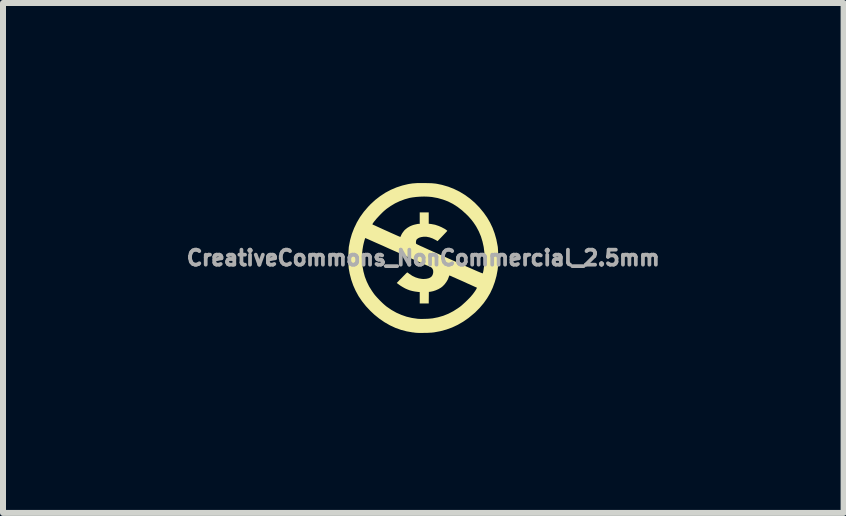
<source format=kicad_pcb>
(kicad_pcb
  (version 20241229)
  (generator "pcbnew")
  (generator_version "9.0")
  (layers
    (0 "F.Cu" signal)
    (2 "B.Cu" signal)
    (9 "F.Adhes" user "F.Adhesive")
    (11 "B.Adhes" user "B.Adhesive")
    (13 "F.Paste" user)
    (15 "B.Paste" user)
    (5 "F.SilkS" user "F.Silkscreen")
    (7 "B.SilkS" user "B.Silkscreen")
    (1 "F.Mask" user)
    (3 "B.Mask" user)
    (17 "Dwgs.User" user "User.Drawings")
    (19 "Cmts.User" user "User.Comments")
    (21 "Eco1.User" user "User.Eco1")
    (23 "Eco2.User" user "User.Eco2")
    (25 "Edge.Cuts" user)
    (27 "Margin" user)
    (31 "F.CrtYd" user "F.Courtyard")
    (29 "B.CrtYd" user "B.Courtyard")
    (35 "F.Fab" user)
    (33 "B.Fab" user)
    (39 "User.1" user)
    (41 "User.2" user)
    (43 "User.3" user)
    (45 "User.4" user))
  (footprint "CreativeCommons_NonCommercial_2.5mm"
    (layer "F.Cu")
    (at 4.003 1.248)
    (property "Reference" "CreativeCommons_NonCommercial_2.5mm" (at 0 0 0) (layer "F.Fab") (effects (font (size 0.25 0.25) (thickness 0.3))))
    (attr board_only exclude_from_pos_files exclude_from_bom)
    (fp_poly (pts (xy 0.055 -1.247) (xy 0.099 -1.246) (xy 0.137 -1.245) (xy 0.171 -1.242) (xy 0.202 -1.239) (xy 0.233 -1.234) (xy 0.266 -1.227) (xy 0.301 -1.22) (xy 0.317 -1.216) (xy 0.417 -1.187) (xy 0.513 -1.149) (xy 0.605 -1.104) (xy 0.694 -1.05) (xy 0.778 -0.989) (xy 0.858 -0.92) (xy 0.932 -0.844) (xy 0.94 -0.835) (xy 1.006 -0.755) (xy 1.064 -0.673) (xy 1.113 -0.589) (xy 1.155 -0.501) (xy 1.189 -0.409) (xy 1.217 -0.312) (xy 1.237 -0.21) (xy 1.24 -0.195) (xy 1.243 -0.17) (xy 1.245 -0.137) (xy 1.247 -0.099) (xy 1.248 -0.057) (xy 1.248 -0.012) (xy 1.248 0.033) (xy 1.247 0.076) (xy 1.246 0.117) (xy 1.244 0.153) (xy 1.241 0.182) (xy 1.24 0.194) (xy 1.22 0.3) (xy 1.192 0.4) (xy 1.157 0.496) (xy 1.115 0.586) (xy 1.064 0.672) (xy 1.006 0.754) (xy 0.939 0.833) (xy 0.865 0.908) (xy 0.837 0.932) (xy 0.752 1.002) (xy 0.664 1.063) (xy 0.574 1.115) (xy 0.48 1.159) (xy 0.383 1.194) (xy 0.283 1.221) (xy 0.18 1.24) (xy 0.152 1.243) (xy 0.133 1.245) (xy 0.107 1.246) (xy 0.076 1.248) (xy 0.043 1.249) (xy 0.009 1.249) (xy -0.025 1.25) (xy -0.057 1.25) (xy -0.085 1.249) (xy -0.107 1.248) (xy -0.122 1.247) (xy -0.123 1.247) (xy -0.132 1.246) (xy -0.148 1.244) (xy -0.167 1.241) (xy -0.175 1.241) (xy -0.274 1.224) (xy -0.37 1.199) (xy -0.465 1.165) (xy -0.557 1.122) (xy -0.646 1.071) (xy -0.732 1.012) (xy -0.815 0.945) (xy -0.882 0.882) (xy -0.956 0.803) (xy -1.021 0.721) (xy -1.078 0.637) (xy -1.126 0.549) (xy -1.167 0.458) (xy -1.2 0.363) (xy -1.226 0.263) (xy -1.242 0.175) (xy -1.244 0.152) (xy -1.246 0.122) (xy -1.247 0.086) (xy -1.248 0.046) (xy -1.248 0.004) (xy -1.248 -0.014) (xy -1.022 -0.014) (xy -1.021 0.04) (xy -1.013 0.135) (xy -0.997 0.225) (xy -0.974 0.311) (xy -0.942 0.394) (xy -0.903 0.474) (xy -0.854 0.552) (xy -0.819 0.602) (xy -0.798 0.628) (xy -0.772 0.657) (xy -0.742 0.689) (xy -0.711 0.721) (xy -0.679 0.752) (xy -0.648 0.78) (xy -0.621 0.803) (xy -0.608 0.813) (xy -0.529 0.867) (xy -0.449 0.912) (xy -0.365 0.949) (xy -0.279 0.979) (xy -0.189 1) (xy -0.094 1.014) (xy -0.077 1.015) (xy -0.057 1.016) (xy -0.03 1.017) (xy 0.001 1.016) (xy 0.036 1.015) (xy 0.07 1.014) (xy 0.103 1.012) (xy 0.132 1.009) (xy 0.154 1.007) (xy 0.155 1.007) (xy 0.246 0.989) (xy 0.333 0.964) (xy 0.418 0.93) (xy 0.499 0.888) (xy 0.579 0.837) (xy 0.613 0.813) (xy 0.639 0.792) (xy 0.669 0.765) (xy 0.702 0.735) (xy 0.734 0.704) (xy 0.766 0.672) (xy 0.794 0.642) (xy 0.816 0.615) (xy 0.818 0.614) (xy 0.836 0.59) (xy 0.853 0.567) (xy 0.868 0.545) (xy 0.88 0.526) (xy 0.888 0.511) (xy 0.893 0.5) (xy 0.893 0.496) (xy 0.888 0.493) (xy 0.876 0.488) (xy 0.858 0.48) (xy 0.834 0.469) (xy 0.805 0.456) (xy 0.773 0.441) (xy 0.738 0.426) (xy 0.702 0.409) (xy 0.664 0.392) (xy 0.626 0.375) (xy 0.589 0.359) (xy 0.555 0.344) (xy 0.523 0.329) (xy 0.494 0.317) (xy 0.471 0.306) (xy 0.452 0.298) (xy 0.441 0.294) (xy 0.438 0.292) (xy 0.434 0.295) (xy 0.429 0.306) (xy 0.425 0.317) (xy 0.409 0.359) (xy 0.385 0.4) (xy 0.356 0.439) (xy 0.323 0.473) (xy 0.295 0.495) (xy 0.254 0.519) (xy 0.209 0.539) (xy 0.164 0.554) (xy 0.121 0.563) (xy 0.12 0.563) (xy 0.093 0.566) (xy 0.092 0.663) (xy 0.091 0.759) (xy -0.059 0.759) (xy -0.059 0.569) (xy -0.09 0.566) (xy -0.137 0.56) (xy -0.183 0.551) (xy -0.224 0.54) (xy -0.23 0.538) (xy -0.264 0.525) (xy -0.302 0.508) (xy -0.34 0.487) (xy -0.376 0.465) (xy -0.402 0.447) (xy -0.442 0.417) (xy -0.413 0.387) (xy -0.385 0.358) (xy -0.358 0.331) (xy -0.334 0.306) (xy -0.312 0.284) (xy -0.294 0.265) (xy -0.28 0.252) (xy -0.27 0.243) (xy -0.267 0.241) (xy -0.262 0.244) (xy -0.251 0.251) (xy -0.238 0.261) (xy -0.231 0.266) (xy -0.182 0.299) (xy -0.129 0.324) (xy -0.075 0.341) (xy -0.019 0.35) (xy 0.005 0.351) (xy 0.049 0.348) (xy 0.086 0.34) (xy 0.116 0.327) (xy 0.14 0.308) (xy 0.155 0.284) (xy 0.164 0.254) (xy 0.166 0.234) (xy 0.165 0.215) (xy 0.163 0.202) (xy 0.158 0.19) (xy 0.152 0.18) (xy 0.147 0.172) (xy 0.143 0.166) (xy 0.136 0.161) (xy 0.128 0.155) (xy 0.115 0.149) (xy 0.098 0.14) (xy 0.074 0.13) (xy 0.052 0.121) (xy 0.037 0.114) (xy 0.022 0.107) (xy 0.006 0.101) (xy -0.01 0.093) (xy -0.028 0.086) (xy -0.048 0.077) (xy -0.07 0.067) (xy -0.094 0.056) (xy -0.122 0.044) (xy -0.154 0.03) (xy -0.191 0.013) (xy -0.232 -0.005) (xy -0.278 -0.026) (xy -0.33 -0.049) (xy -0.388 -0.075) (xy -0.453 -0.104) (xy -0.526 -0.136) (xy -0.606 -0.172) (xy -0.619 -0.178) (xy -0.672 -0.202) (xy -0.722 -0.224) (xy -0.77 -0.245) (xy -0.813 -0.264) (xy -0.853 -0.282) (xy -0.887 -0.297) (xy -0.916 -0.31) (xy -0.939 -0.32) (xy -0.955 -0.327) (xy -0.964 -0.331) (xy -0.966 -0.332) (xy -0.968 -0.328) (xy -0.973 -0.316) (xy -0.978 -0.299) (xy -0.984 -0.278) (xy -0.99 -0.255) (xy -0.996 -0.23) (xy -1.001 -0.207) (xy -1.002 -0.203) (xy -1.012 -0.142) (xy -1.019 -0.078) (xy -1.022 -0.014) (xy -1.248 -0.014) (xy -1.248 -0.039) (xy -1.247 -0.08) (xy -1.245 -0.119) (xy -1.243 -0.153) (xy -1.241 -0.181) (xy -1.239 -0.193) (xy -1.219 -0.298) (xy -1.19 -0.399) (xy -1.152 -0.497) (xy -1.12 -0.563) (xy -0.847 -0.563) (xy -0.847 -0.559) (xy -0.842 -0.556) (xy -0.83 -0.55) (xy -0.811 -0.542) (xy -0.787 -0.531) (xy -0.759 -0.518) (xy -0.726 -0.503) (xy -0.691 -0.487) (xy -0.654 -0.47) (xy -0.616 -0.453) (xy -0.578 -0.436) (xy -0.541 -0.419) (xy -0.505 -0.403) (xy -0.473 -0.389) (xy -0.444 -0.376) (xy -0.419 -0.365) (xy -0.4 -0.357) (xy -0.388 -0.352) (xy -0.382 -0.35) (xy -0.382 -0.35) (xy -0.379 -0.354) (xy -0.375 -0.364) (xy -0.373 -0.368) (xy -0.366 -0.384) (xy -0.355 -0.405) (xy -0.34 -0.427) (xy -0.324 -0.448) (xy -0.309 -0.466) (xy -0.302 -0.472) (xy -0.266 -0.501) (xy -0.224 -0.526) (xy -0.192 -0.54) (xy -0.167 -0.549) (xy -0.141 -0.556) (xy -0.114 -0.562) (xy -0.091 -0.567) (xy -0.073 -0.568) (xy -0.059 -0.568) (xy -0.059 -0.759) (xy 0.091 -0.759) (xy 0.091 -0.57) (xy 0.133 -0.565) (xy 0.197 -0.553) (xy 0.259 -0.532) (xy 0.307 -0.511) (xy 0.331 -0.498) (xy 0.354 -0.486) (xy 0.373 -0.474) (xy 0.388 -0.463) (xy 0.398 -0.455) (xy 0.4 -0.451) (xy 0.397 -0.447) (xy 0.388 -0.437) (xy 0.375 -0.423) (xy 0.358 -0.405) (xy 0.338 -0.384) (xy 0.319 -0.364) (xy 0.238 -0.28) (xy 0.207 -0.299) (xy 0.155 -0.325) (xy 0.104 -0.343) (xy 0.053 -0.353) (xy 0.003 -0.353) (xy -0.036 -0.347) (xy -0.066 -0.338) (xy -0.09 -0.325) (xy -0.108 -0.31) (xy -0.115 -0.299) (xy -0.12 -0.283) (xy -0.122 -0.265) (xy -0.122 -0.248) (xy -0.118 -0.236) (xy -0.117 -0.235) (xy -0.116 -0.234) (xy -0.114 -0.233) (xy -0.11 -0.23) (xy -0.105 -0.228) (xy -0.097 -0.224) (xy -0.087 -0.219) (xy -0.074 -0.213) (xy -0.058 -0.205) (xy -0.039 -0.196) (xy -0.015 -0.186) (xy 0.013 -0.173) (xy 0.046 -0.158) (xy 0.083 -0.141) (xy 0.126 -0.122) (xy 0.175 -0.1) (xy 0.23 -0.076) (xy 0.291 -0.048) (xy 0.36 -0.018) (xy 0.435 0.016) (xy 0.518 0.053) (xy 0.602 0.09) (xy 0.672 0.121) (xy 0.733 0.149) (xy 0.787 0.172) (xy 0.834 0.193) (xy 0.873 0.21) (xy 0.907 0.225) (xy 0.934 0.236) (xy 0.956 0.245) (xy 0.972 0.251) (xy 0.983 0.255) (xy 0.99 0.257) (xy 0.992 0.257) (xy 0.994 0.25) (xy 0.997 0.237) (xy 1.001 0.218) (xy 1.005 0.197) (xy 1.017 0.101) (xy 1.022 0.005) (xy 1.018 -0.09) (xy 1.007 -0.182) (xy 0.987 -0.272) (xy 0.961 -0.358) (xy 0.926 -0.441) (xy 0.885 -0.518) (xy 0.865 -0.55) (xy 0.837 -0.591) (xy 0.809 -0.628) (xy 0.78 -0.662) (xy 0.748 -0.698) (xy 0.718 -0.727) (xy 0.646 -0.793) (xy 0.571 -0.851) (xy 0.494 -0.9) (xy 0.413 -0.941) (xy 0.328 -0.973) (xy 0.24 -0.998) (xy 0.147 -1.015) (xy 0.139 -1.016) (xy 0.079 -1.021) (xy 0.014 -1.023) (xy -0.053 -1.021) (xy -0.12 -1.016) (xy -0.184 -1.008) (xy -0.229 -1) (xy -0.31 -0.977) (xy -0.39 -0.947) (xy -0.469 -0.91) (xy -0.544 -0.865) (xy -0.614 -0.816) (xy -0.639 -0.795) (xy -0.661 -0.776) (xy -0.684 -0.754) (xy -0.708 -0.73) (xy -0.733 -0.704) (xy -0.757 -0.678) (xy -0.78 -0.653) (xy -0.8 -0.628) (xy -0.818 -0.607) (xy -0.832 -0.588) (xy -0.842 -0.573) (xy -0.847 -0.563) (xy -1.12 -0.563) (xy -1.107 -0.591) (xy -1.053 -0.682) (xy -0.991 -0.768) (xy -0.92 -0.851) (xy -0.88 -0.893) (xy -0.801 -0.966) (xy -0.718 -1.03) (xy -0.631 -1.087) (xy -0.541 -1.135) (xy -0.447 -1.175) (xy -0.349 -1.207) (xy -0.266 -1.227) (xy -0.236 -1.233) (xy -0.21 -1.237) (xy -0.185 -1.241) (xy -0.161 -1.243) (xy -0.134 -1.245) (xy -0.105 -1.247) (xy -0.071 -1.247) (xy -0.031 -1.248) (xy 0.005 -1.248)) (stroke (width 0) (type solid)) (fill yes) (layer "F.SilkS")))
  (gr_rect
    (start -3 -3)
    (end 11.007 5.497)
    (stroke (width 0.1) (type default))
    (fill no)
    (layer "Edge.Cuts")))
</source>
